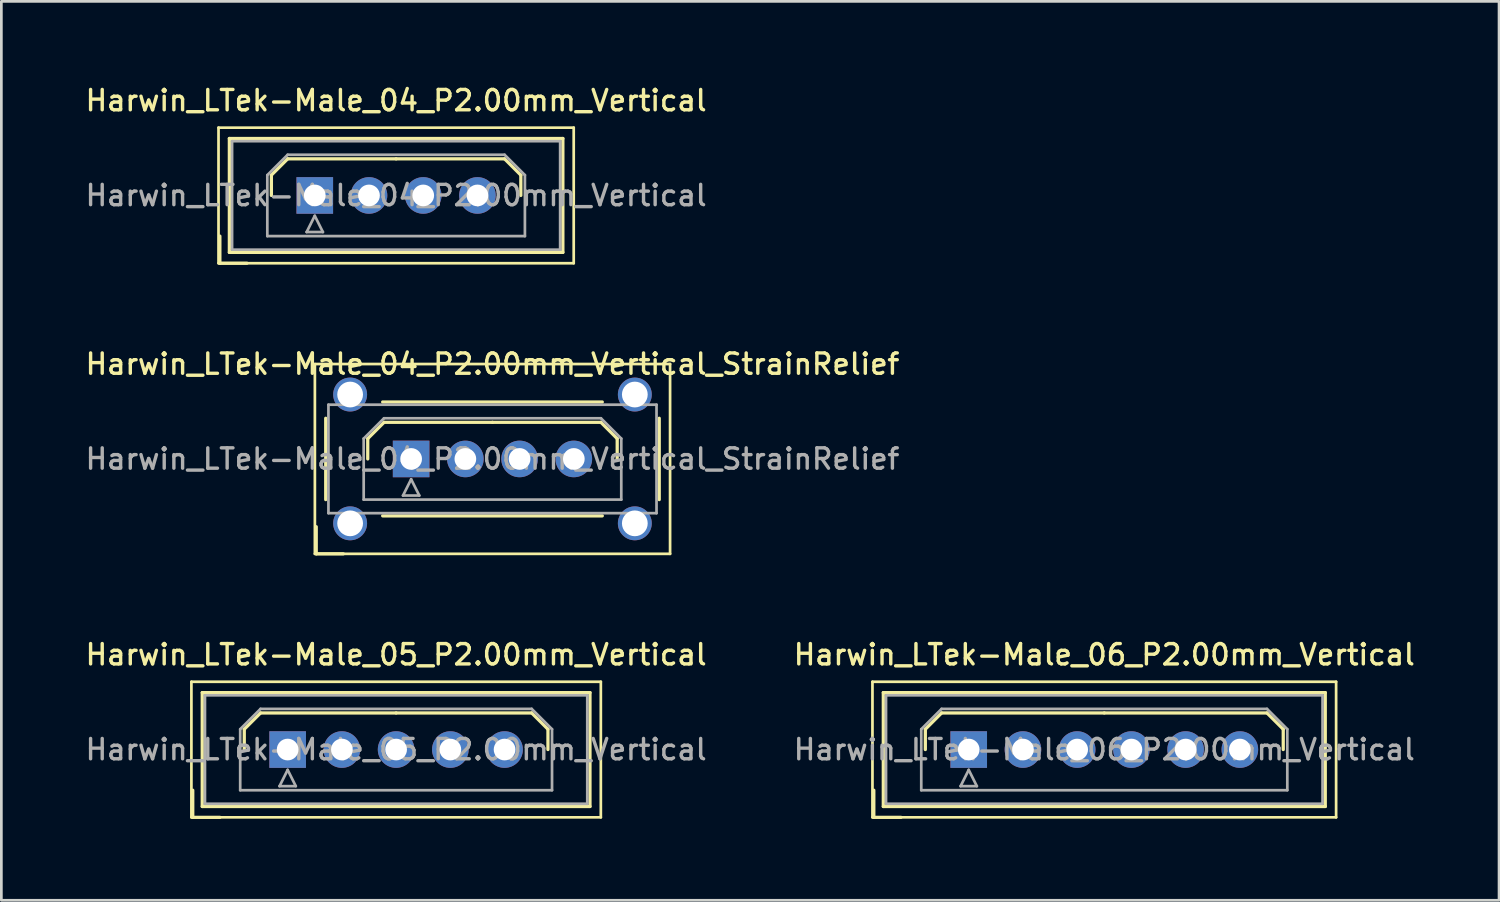
<source format=kicad_pcb>
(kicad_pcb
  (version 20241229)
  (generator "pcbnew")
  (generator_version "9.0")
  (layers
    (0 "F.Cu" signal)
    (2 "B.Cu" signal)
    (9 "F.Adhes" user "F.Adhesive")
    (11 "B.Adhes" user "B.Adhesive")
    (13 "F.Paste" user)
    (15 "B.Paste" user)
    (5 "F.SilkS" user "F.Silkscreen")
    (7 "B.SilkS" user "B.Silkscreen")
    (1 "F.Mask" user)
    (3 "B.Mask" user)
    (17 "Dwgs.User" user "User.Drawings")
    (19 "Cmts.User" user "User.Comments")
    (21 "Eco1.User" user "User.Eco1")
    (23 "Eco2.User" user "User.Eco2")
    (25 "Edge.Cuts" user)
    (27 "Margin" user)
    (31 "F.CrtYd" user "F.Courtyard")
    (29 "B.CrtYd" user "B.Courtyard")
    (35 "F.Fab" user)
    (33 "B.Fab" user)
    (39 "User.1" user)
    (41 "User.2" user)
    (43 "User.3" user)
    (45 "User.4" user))
  (footprint "Harwin_LTek-Male_04_P2.00mm_Vertical_StrainRelief"
    (layer "F.Cu")
    (at 12.113 13.876)
    (property "Reference" "Harwin_LTek-Male_04_P2.00mm_Vertical_StrainRelief" (at 3 -3.5 0) (layer "F.SilkS") (effects (font (size 0.75 0.75) (thickness 0.125))))
    (attr through_hole)
    (fp_line (start -3.55 -3.5) (end -3.55 3.5) (stroke (width 0.1) (type solid)) (layer "F.SilkS"))
    (fp_line (start -3.55 3.5) (end 9.55 3.5) (stroke (width 0.1) (type solid)) (layer "F.SilkS"))
    (fp_line (start -3.5 2.5) (end -3.5 3.5) (stroke (width 0.12) (type solid)) (layer "F.SilkS"))
    (fp_line (start -3.5 3.5) (end -2.5 3.5) (stroke (width 0.12) (type solid)) (layer "F.SilkS"))
    (fp_line (start -3.15 -1.5) (end -3.15 1.5) (stroke (width 0.12) (type solid)) (layer "F.SilkS"))
    (fp_line (start -1.6 -0.75) (end -1 -1.35) (stroke (width 0.12) (type solid)) (layer "F.SilkS"))
    (fp_line (start -1.6 0) (end -1.6 -0.75) (stroke (width 0.12) (type solid)) (layer "F.SilkS"))
    (fp_line (start -1.05 -2.1) (end 7.05 -2.1) (stroke (width 0.12) (type solid)) (layer "F.SilkS"))
    (fp_line (start -1.05 2.1) (end 7.05 2.1) (stroke (width 0.12) (type solid)) (layer "F.SilkS"))
    (fp_line (start -1 -1.35) (end 3 -1.35) (stroke (width 0.12) (type solid)) (layer "F.SilkS"))
    (fp_line (start 7 -1.35) (end 3 -1.35) (stroke (width 0.12) (type solid)) (layer "F.SilkS"))
    (fp_line (start 7.6 -0.75) (end 7 -1.35) (stroke (width 0.12) (type solid)) (layer "F.SilkS"))
    (fp_line (start 7.6 0) (end 7.6 -0.75) (stroke (width 0.12) (type solid)) (layer "F.SilkS"))
    (fp_line (start 9.15 -1.5) (end 9.15 1.5) (stroke (width 0.12) (type solid)) (layer "F.SilkS"))
    (fp_line (start 9.55 -3.5) (end -3.55 -3.5) (stroke (width 0.1) (type solid)) (layer "F.SilkS"))
    (fp_line (start 9.55 3.5) (end 9.55 -3.5) (stroke (width 0.1) (type solid)) (layer "F.SilkS"))
    (fp_line (start -3.05 -2) (end -3.05 2) (stroke (width 0.1) (type solid)) (layer "F.Fab"))
    (fp_line (start -3.05 2) (end 9.05 2) (stroke (width 0.1) (type solid)) (layer "F.Fab"))
    (fp_line (start -1.75 -0.75) (end -1 -1.5) (stroke (width 0.1) (type solid)) (layer "F.Fab"))
    (fp_line (start -1.75 1.5) (end -1.75 -0.75) (stroke (width 0.1) (type solid)) (layer "F.Fab"))
    (fp_line (start -1 -1.5) (end 7 -1.5) (stroke (width 0.1) (type solid)) (layer "F.Fab"))
    (fp_line (start -0.3 1.35) (end 0.3 1.35) (stroke (width 0.1) (type solid)) (layer "F.Fab"))
    (fp_line (start 0 0.75) (end -0.3 1.35) (stroke (width 0.1) (type solid)) (layer "F.Fab"))
    (fp_line (start 0.3 1.35) (end 0 0.75) (stroke (width 0.1) (type solid)) (layer "F.Fab"))
    (fp_line (start 7 -1.5) (end 7.75 -0.75) (stroke (width 0.1) (type solid)) (layer "F.Fab"))
    (fp_line (start 7.75 -0.75) (end 7.75 1.5) (stroke (width 0.1) (type solid)) (layer "F.Fab"))
    (fp_line (start 7.75 1.5) (end -1.75 1.5) (stroke (width 0.1) (type solid)) (layer "F.Fab"))
    (fp_line (start 9.05 -2) (end -3.05 -2) (stroke (width 0.1) (type solid)) (layer "F.Fab"))
    (fp_line (start 9.05 2) (end 9.05 -2) (stroke (width 0.1) (type solid)) (layer "F.Fab"))
    (fp_text user "${REFERENCE}" (at 3 0 0) (layer "F.Fab") (effects (font (size 0.75 0.75) (thickness 0.125))))
    (pad "" thru_hole circle (at -2.25 -2.375) (size 1.25 1.25) (drill 0.95) (layers "*.Cu" "*.Mask"))
    (pad "" thru_hole circle (at -2.25 2.375) (size 1.25 1.25) (drill 0.95) (layers "*.Cu" "*.Mask"))
    (pad "" thru_hole circle (at 8.25 -2.375) (size 1.25 1.25) (drill 0.95) (layers "*.Cu" "*.Mask"))
    (pad "" thru_hole circle (at 8.25 2.375) (size 1.25 1.25) (drill 0.95) (layers "*.Cu" "*.Mask"))
    (pad "1" thru_hole rect (at 0 0) (size 1.35 1.35) (drill 0.8) (layers "*.Cu" "*.Mask"))
    (pad "2" thru_hole circle (at 2 0) (size 1.35 1.35) (drill 0.8) (layers "*.Cu" "*.Mask"))
    (pad "3" thru_hole circle (at 4 0) (size 1.35 1.35) (drill 0.8) (layers "*.Cu" "*.Mask"))
    (pad "4" thru_hole circle (at 6 0) (size 1.35 1.35) (drill 0.8) (layers "*.Cu" "*.Mask")))
  (footprint "Harwin_LTek-Male_06_P2.00mm_Vertical"
    (layer "F.Cu")
    (at 32.677 24.594)
    (property "Reference" "Harwin_LTek-Male_06_P2.00mm_Vertical" (at 5 -3.5 0) (layer "F.SilkS") (effects (font (size 0.75 0.75) (thickness 0.125))))
    (attr through_hole)
    (fp_line (start -3.55 -2.5) (end -3.55 2.5) (stroke (width 0.1) (type solid)) (layer "F.SilkS"))
    (fp_line (start -3.55 2.5) (end 13.55 2.5) (stroke (width 0.1) (type solid)) (layer "F.SilkS"))
    (fp_line (start -3.5 1.5) (end -3.5 2.5) (stroke (width 0.12) (type solid)) (layer "F.SilkS"))
    (fp_line (start -3.5 2.5) (end -2.5 2.5) (stroke (width 0.12) (type solid)) (layer "F.SilkS"))
    (fp_line (start -3.15 -2.1) (end -3.15 2.1) (stroke (width 0.12) (type solid)) (layer "F.SilkS"))
    (fp_line (start -3.15 2.1) (end 13.15 2.1) (stroke (width 0.12) (type solid)) (layer "F.SilkS"))
    (fp_line (start -1.6 -0.75) (end -1 -1.35) (stroke (width 0.12) (type solid)) (layer "F.SilkS"))
    (fp_line (start -1.6 0) (end -1.6 -0.75) (stroke (width 0.12) (type solid)) (layer "F.SilkS"))
    (fp_line (start -1 -1.35) (end 5 -1.35) (stroke (width 0.12) (type solid)) (layer "F.SilkS"))
    (fp_line (start 11 -1.35) (end 5 -1.35) (stroke (width 0.12) (type solid)) (layer "F.SilkS"))
    (fp_line (start 11.6 -0.75) (end 11 -1.35) (stroke (width 0.12) (type solid)) (layer "F.SilkS"))
    (fp_line (start 11.6 0) (end 11.6 -0.75) (stroke (width 0.12) (type solid)) (layer "F.SilkS"))
    (fp_line (start 13.15 -2.1) (end -3.15 -2.1) (stroke (width 0.12) (type solid)) (layer "F.SilkS"))
    (fp_line (start 13.15 2.1) (end 13.15 -2.1) (stroke (width 0.12) (type solid)) (layer "F.SilkS"))
    (fp_line (start 13.55 -2.5) (end -3.55 -2.5) (stroke (width 0.1) (type solid)) (layer "F.SilkS"))
    (fp_line (start 13.55 2.5) (end 13.55 -2.5) (stroke (width 0.1) (type solid)) (layer "F.SilkS"))
    (fp_line (start -3.05 -2) (end -3.05 2) (stroke (width 0.1) (type solid)) (layer "F.Fab"))
    (fp_line (start -3.05 2) (end 13.05 2) (stroke (width 0.1) (type solid)) (layer "F.Fab"))
    (fp_line (start -1.75 -0.75) (end -1 -1.5) (stroke (width 0.1) (type solid)) (layer "F.Fab"))
    (fp_line (start -1.75 1.5) (end -1.75 -0.75) (stroke (width 0.1) (type solid)) (layer "F.Fab"))
    (fp_line (start -1 -1.5) (end 11 -1.5) (stroke (width 0.1) (type solid)) (layer "F.Fab"))
    (fp_line (start -0.3 1.35) (end 0.3 1.35) (stroke (width 0.1) (type solid)) (layer "F.Fab"))
    (fp_line (start 0 0.75) (end -0.3 1.35) (stroke (width 0.1) (type solid)) (layer "F.Fab"))
    (fp_line (start 0.3 1.35) (end 0 0.75) (stroke (width 0.1) (type solid)) (layer "F.Fab"))
    (fp_line (start 11 -1.5) (end 11.75 -0.75) (stroke (width 0.1) (type solid)) (layer "F.Fab"))
    (fp_line (start 11.75 -0.75) (end 11.75 1.5) (stroke (width 0.1) (type solid)) (layer "F.Fab"))
    (fp_line (start 11.75 1.5) (end -1.75 1.5) (stroke (width 0.1) (type solid)) (layer "F.Fab"))
    (fp_line (start 13.05 -2) (end -3.05 -2) (stroke (width 0.1) (type solid)) (layer "F.Fab"))
    (fp_line (start 13.05 2) (end 13.05 -2) (stroke (width 0.1) (type solid)) (layer "F.Fab"))
    (fp_text user "${REFERENCE}" (at 5 0 0) (layer "F.Fab") (effects (font (size 0.75 0.75) (thickness 0.125))))
    (pad "1" thru_hole rect (at 0 0) (size 1.35 1.35) (drill 0.8) (layers "*.Cu" "*.Mask"))
    (pad "2" thru_hole circle (at 2 0) (size 1.35 1.35) (drill 0.8) (layers "*.Cu" "*.Mask"))
    (pad "3" thru_hole circle (at 4 0) (size 1.35 1.35) (drill 0.8) (layers "*.Cu" "*.Mask"))
    (pad "4" thru_hole circle (at 6 0) (size 1.35 1.35) (drill 0.8) (layers "*.Cu" "*.Mask"))
    (pad "5" thru_hole circle (at 8 0) (size 1.35 1.35) (drill 0.8) (layers "*.Cu" "*.Mask"))
    (pad "6" thru_hole circle (at 10 0) (size 1.35 1.35) (drill 0.8) (layers "*.Cu" "*.Mask")))
  (footprint "Harwin_LTek-Male_04_P2.00mm_Vertical"
    (layer "F.Cu")
    (at 8.559 4.158)
    (property "Reference" "Harwin_LTek-Male_04_P2.00mm_Vertical" (at 3 -3.5 0) (layer "F.SilkS") (effects (font (size 0.75 0.75) (thickness 0.125))))
    (attr through_hole)
    (fp_line (start -3.55 -2.5) (end -3.55 2.5) (stroke (width 0.1) (type solid)) (layer "F.SilkS"))
    (fp_line (start -3.55 2.5) (end 9.55 2.5) (stroke (width 0.1) (type solid)) (layer "F.SilkS"))
    (fp_line (start -3.5 1.5) (end -3.5 2.5) (stroke (width 0.12) (type solid)) (layer "F.SilkS"))
    (fp_line (start -3.5 2.5) (end -2.5 2.5) (stroke (width 0.12) (type solid)) (layer "F.SilkS"))
    (fp_line (start -3.15 -2.1) (end -3.15 2.1) (stroke (width 0.12) (type solid)) (layer "F.SilkS"))
    (fp_line (start -3.15 2.1) (end 9.15 2.1) (stroke (width 0.12) (type solid)) (layer "F.SilkS"))
    (fp_line (start -1.6 -0.75) (end -1 -1.35) (stroke (width 0.12) (type solid)) (layer "F.SilkS"))
    (fp_line (start -1.6 0) (end -1.6 -0.75) (stroke (width 0.12) (type solid)) (layer "F.SilkS"))
    (fp_line (start -1 -1.35) (end 3 -1.35) (stroke (width 0.12) (type solid)) (layer "F.SilkS"))
    (fp_line (start 7 -1.35) (end 3 -1.35) (stroke (width 0.12) (type solid)) (layer "F.SilkS"))
    (fp_line (start 7.6 -0.75) (end 7 -1.35) (stroke (width 0.12) (type solid)) (layer "F.SilkS"))
    (fp_line (start 7.6 0) (end 7.6 -0.75) (stroke (width 0.12) (type solid)) (layer "F.SilkS"))
    (fp_line (start 9.15 -2.1) (end -3.15 -2.1) (stroke (width 0.12) (type solid)) (layer "F.SilkS"))
    (fp_line (start 9.15 2.1) (end 9.15 -2.1) (stroke (width 0.12) (type solid)) (layer "F.SilkS"))
    (fp_line (start 9.55 -2.5) (end -3.55 -2.5) (stroke (width 0.1) (type solid)) (layer "F.SilkS"))
    (fp_line (start 9.55 2.5) (end 9.55 -2.5) (stroke (width 0.1) (type solid)) (layer "F.SilkS"))
    (fp_line (start -3.05 -2) (end -3.05 2) (stroke (width 0.1) (type solid)) (layer "F.Fab"))
    (fp_line (start -3.05 2) (end 9.05 2) (stroke (width 0.1) (type solid)) (layer "F.Fab"))
    (fp_line (start -1.75 -0.75) (end -1 -1.5) (stroke (width 0.1) (type solid)) (layer "F.Fab"))
    (fp_line (start -1.75 1.5) (end -1.75 -0.75) (stroke (width 0.1) (type solid)) (layer "F.Fab"))
    (fp_line (start -1 -1.5) (end 7 -1.5) (stroke (width 0.1) (type solid)) (layer "F.Fab"))
    (fp_line (start -0.3 1.35) (end 0.3 1.35) (stroke (width 0.1) (type solid)) (layer "F.Fab"))
    (fp_line (start 0 0.75) (end -0.3 1.35) (stroke (width 0.1) (type solid)) (layer "F.Fab"))
    (fp_line (start 0.3 1.35) (end 0 0.75) (stroke (width 0.1) (type solid)) (layer "F.Fab"))
    (fp_line (start 7 -1.5) (end 7.75 -0.75) (stroke (width 0.1) (type solid)) (layer "F.Fab"))
    (fp_line (start 7.75 -0.75) (end 7.75 1.5) (stroke (width 0.1) (type solid)) (layer "F.Fab"))
    (fp_line (start 7.75 1.5) (end -1.75 1.5) (stroke (width 0.1) (type solid)) (layer "F.Fab"))
    (fp_line (start 9.05 -2) (end -3.05 -2) (stroke (width 0.1) (type solid)) (layer "F.Fab"))
    (fp_line (start 9.05 2) (end 9.05 -2) (stroke (width 0.1) (type solid)) (layer "F.Fab"))
    (fp_text user "${REFERENCE}" (at 3 0 0) (layer "F.Fab") (effects (font (size 0.75 0.75) (thickness 0.125))))
    (pad "1" thru_hole rect (at 0 0) (size 1.35 1.35) (drill 0.8) (layers "*.Cu" "*.Mask"))
    (pad "2" thru_hole circle (at 2 0) (size 1.35 1.35) (drill 0.8) (layers "*.Cu" "*.Mask"))
    (pad "3" thru_hole circle (at 4 0) (size 1.35 1.35) (drill 0.8) (layers "*.Cu" "*.Mask"))
    (pad "4" thru_hole circle (at 6 0) (size 1.35 1.35) (drill 0.8) (layers "*.Cu" "*.Mask")))
  (footprint "Harwin_LTek-Male_05_P2.00mm_Vertical"
    (layer "F.Cu")
    (at 7.559 24.594)
    (property "Reference" "Harwin_LTek-Male_05_P2.00mm_Vertical" (at 4 -3.5 0) (layer "F.SilkS") (effects (font (size 0.75 0.75) (thickness 0.125))))
    (attr through_hole)
    (fp_line (start -3.55 -2.5) (end -3.55 2.5) (stroke (width 0.1) (type solid)) (layer "F.SilkS"))
    (fp_line (start -3.55 2.5) (end 11.55 2.5) (stroke (width 0.1) (type solid)) (layer "F.SilkS"))
    (fp_line (start -3.5 1.5) (end -3.5 2.5) (stroke (width 0.12) (type solid)) (layer "F.SilkS"))
    (fp_line (start -3.5 2.5) (end -2.5 2.5) (stroke (width 0.12) (type solid)) (layer "F.SilkS"))
    (fp_line (start -3.15 -2.1) (end -3.15 2.1) (stroke (width 0.12) (type solid)) (layer "F.SilkS"))
    (fp_line (start -3.15 2.1) (end 11.15 2.1) (stroke (width 0.12) (type solid)) (layer "F.SilkS"))
    (fp_line (start -1.6 -0.75) (end -1 -1.35) (stroke (width 0.12) (type solid)) (layer "F.SilkS"))
    (fp_line (start -1.6 0) (end -1.6 -0.75) (stroke (width 0.12) (type solid)) (layer "F.SilkS"))
    (fp_line (start -1 -1.35) (end 4 -1.35) (stroke (width 0.12) (type solid)) (layer "F.SilkS"))
    (fp_line (start 9 -1.35) (end 4 -1.35) (stroke (width 0.12) (type solid)) (layer "F.SilkS"))
    (fp_line (start 9.6 -0.75) (end 9 -1.35) (stroke (width 0.12) (type solid)) (layer "F.SilkS"))
    (fp_line (start 9.6 0) (end 9.6 -0.75) (stroke (width 0.12) (type solid)) (layer "F.SilkS"))
    (fp_line (start 11.15 -2.1) (end -3.15 -2.1) (stroke (width 0.12) (type solid)) (layer "F.SilkS"))
    (fp_line (start 11.15 2.1) (end 11.15 -2.1) (stroke (width 0.12) (type solid)) (layer "F.SilkS"))
    (fp_line (start 11.55 -2.5) (end -3.55 -2.5) (stroke (width 0.1) (type solid)) (layer "F.SilkS"))
    (fp_line (start 11.55 2.5) (end 11.55 -2.5) (stroke (width 0.1) (type solid)) (layer "F.SilkS"))
    (fp_line (start -3.05 -2) (end -3.05 2) (stroke (width 0.1) (type solid)) (layer "F.Fab"))
    (fp_line (start -3.05 2) (end 11.05 2) (stroke (width 0.1) (type solid)) (layer "F.Fab"))
    (fp_line (start -1.75 -0.75) (end -1 -1.5) (stroke (width 0.1) (type solid)) (layer "F.Fab"))
    (fp_line (start -1.75 1.5) (end -1.75 -0.75) (stroke (width 0.1) (type solid)) (layer "F.Fab"))
    (fp_line (start -1 -1.5) (end 9 -1.5) (stroke (width 0.1) (type solid)) (layer "F.Fab"))
    (fp_line (start -0.3 1.35) (end 0.3 1.35) (stroke (width 0.1) (type solid)) (layer "F.Fab"))
    (fp_line (start 0 0.75) (end -0.3 1.35) (stroke (width 0.1) (type solid)) (layer "F.Fab"))
    (fp_line (start 0.3 1.35) (end 0 0.75) (stroke (width 0.1) (type solid)) (layer "F.Fab"))
    (fp_line (start 9 -1.5) (end 9.75 -0.75) (stroke (width 0.1) (type solid)) (layer "F.Fab"))
    (fp_line (start 9.75 -0.75) (end 9.75 1.5) (stroke (width 0.1) (type solid)) (layer "F.Fab"))
    (fp_line (start 9.75 1.5) (end -1.75 1.5) (stroke (width 0.1) (type solid)) (layer "F.Fab"))
    (fp_line (start 11.05 -2) (end -3.05 -2) (stroke (width 0.1) (type solid)) (layer "F.Fab"))
    (fp_line (start 11.05 2) (end 11.05 -2) (stroke (width 0.1) (type solid)) (layer "F.Fab"))
    (fp_text user "${REFERENCE}" (at 4 0 0) (layer "F.Fab") (effects (font (size 0.75 0.75) (thickness 0.125))))
    (pad "1" thru_hole rect (at 0 0) (size 1.35 1.35) (drill 0.8) (layers "*.Cu" "*.Mask"))
    (pad "2" thru_hole circle (at 2 0) (size 1.35 1.35) (drill 0.8) (layers "*.Cu" "*.Mask"))
    (pad "3" thru_hole circle (at 4 0) (size 1.35 1.35) (drill 0.8) (layers "*.Cu" "*.Mask"))
    (pad "4" thru_hole circle (at 6 0) (size 1.35 1.35) (drill 0.8) (layers "*.Cu" "*.Mask"))
    (pad "5" thru_hole circle (at 8 0) (size 1.35 1.35) (drill 0.8) (layers "*.Cu" "*.Mask")))
  (gr_rect
    (start -3 -3)
    (end 52.236 30.154)
    (stroke (width 0.1) (type default))
    (fill no)
    (layer "Edge.Cuts")))
</source>
